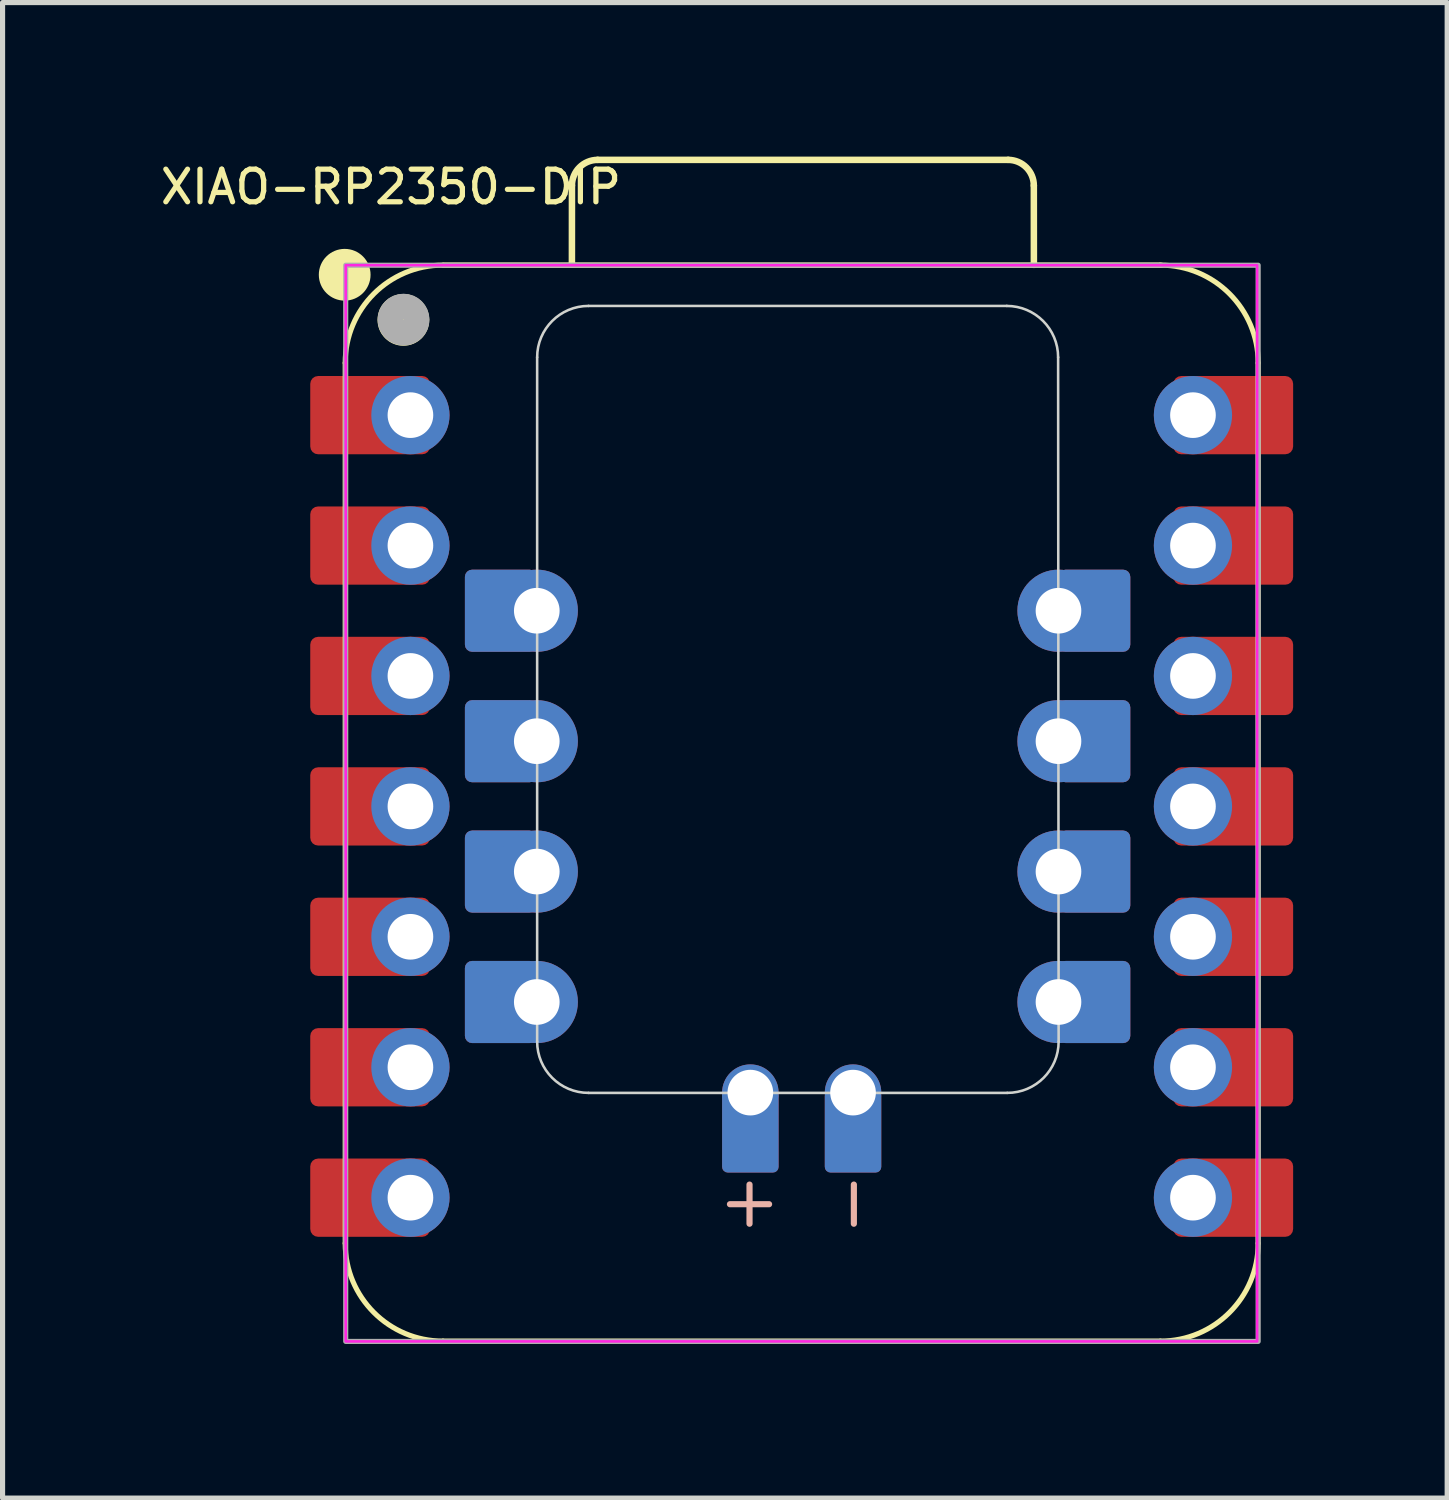
<source format=kicad_pcb>
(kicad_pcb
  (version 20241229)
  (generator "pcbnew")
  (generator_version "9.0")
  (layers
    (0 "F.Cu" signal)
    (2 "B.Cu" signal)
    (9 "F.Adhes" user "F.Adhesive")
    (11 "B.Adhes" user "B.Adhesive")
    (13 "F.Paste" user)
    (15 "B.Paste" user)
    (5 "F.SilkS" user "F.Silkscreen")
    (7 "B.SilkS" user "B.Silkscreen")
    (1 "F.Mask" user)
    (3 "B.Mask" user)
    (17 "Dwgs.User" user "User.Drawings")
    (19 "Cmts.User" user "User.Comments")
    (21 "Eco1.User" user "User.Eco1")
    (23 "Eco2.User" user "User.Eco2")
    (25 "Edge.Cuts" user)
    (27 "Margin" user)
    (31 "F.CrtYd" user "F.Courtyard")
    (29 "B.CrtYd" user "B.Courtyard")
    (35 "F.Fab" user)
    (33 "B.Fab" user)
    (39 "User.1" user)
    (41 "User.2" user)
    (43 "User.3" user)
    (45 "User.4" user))
  (footprint "XIAO-RP2350-DIP"
    (layer "F.Cu")
    (at 12.564 12.591)
    (property "Reference" "XIAO-RP2350-DIP" (at -8 -12 0) (unlocked yes) (layer "F.SilkS") (effects (font (size 0.635 0.635) (thickness 0.102))))
    (attr smd)
    (fp_line (start -8.891 8.572) (end -8.891 -8.572) (stroke (width 0.1) (type solid)) (layer "F.SilkS"))
    (fp_line (start -6.986 10.477) (end 6.984 10.477) (stroke (width 0.1) (type solid)) (layer "F.SilkS"))
    (fp_line (start -4.476 -10.486) (end -4.475 -12.028) (stroke (width 0.127) (type solid)) (layer "F.SilkS"))
    (fp_line (start -3.975 -12.528) (end 4.02 -12.528) (stroke (width 0.127) (type solid)) (layer "F.SilkS"))
    (fp_line (start 4.52 -12.028) (end 4.521 -10.483) (stroke (width 0.127) (type solid)) (layer "F.SilkS"))
    (fp_line (start 6.984 -10.477) (end -6.986 -10.477) (stroke (width 0.1) (type solid)) (layer "F.SilkS"))
    (fp_line (start 7.007 -10.475) (end -6.963 -10.475) (stroke (width 0.1) (type solid)) (layer "F.SilkS"))
    (fp_line (start 8.889 8.572) (end 8.889 -8.572) (stroke (width 0.1) (type solid)) (layer "F.SilkS"))
    (fp_arc (start -8.890994 -8.5725) (mid -8.333032 -9.919538) (end -6.985994 -10.4775) (stroke (width 0.1) (type solid)) (layer "F.SilkS"))
    (fp_arc (start -6.985994 10.4775) (mid -8.333032 9.919538) (end -8.890994 8.5725) (stroke (width 0.1) (type solid)) (layer "F.SilkS"))
    (fp_arc (start -4.475278 -12.027784) (mid -4.328701 -12.381119) (end -3.975278 -12.527512) (stroke (width 0.127) (type default)) (layer "F.SilkS"))
    (fp_arc (start 4.019994 -12.527512) (mid 4.373559 -12.38107) (end 4.519994 -12.027512) (stroke (width 0.127) (type default)) (layer "F.SilkS"))
    (fp_arc (start 6.984006 -10.4775) (mid 8.331044 -9.919538) (end 8.889006 -8.5725) (stroke (width 0.1) (type solid)) (layer "F.SilkS"))
    (fp_arc (start 8.889006 8.5725) (mid 8.331044 9.919538) (end 6.984006 10.4775) (stroke (width 0.1) (type solid)) (layer "F.SilkS"))
    (fp_circle (center -8.901 -10.29) (end -8.901 -10.544) (stroke (width 0.5) (type solid)) (fill yes) (layer "F.SilkS"))
    (fp_circle (center -7.758 -9.411) (end -7.758 -9.665) (stroke (width 0.5) (type solid)) (fill yes) (layer "F.SilkS"))
    (fp_line (start -1.017 7.429) (end -1.017 8.191) (stroke (width 0.12) (type default)) (layer "B.SilkS"))
    (fp_line (start -0.636 7.811) (end -1.398 7.811) (stroke (width 0.12) (type default)) (layer "B.SilkS"))
    (fp_line (start 1.015 7.429) (end 1.015 8.191) (stroke (width 0.12) (type default)) (layer "B.SilkS"))
    (fp_line (start -5.153 -8.683) (end -5.153 4.643) (stroke (width 0.05) (type solid)) (layer "Edge.Cuts"))
    (fp_line (start -4.153 5.643) (end 4.003 5.643) (stroke (width 0.05) (type solid)) (layer "Edge.Cuts"))
    (fp_line (start 3.993 -9.683) (end -4.153 -9.683) (stroke (width 0.05) (type solid)) (layer "Edge.Cuts"))
    (fp_line (start 5.003 4.643) (end 4.993 -8.683) (stroke (width 0.05) (type solid)) (layer "Edge.Cuts"))
    (fp_arc (start -5.152893 -8.682893) (mid -4.86 -9.39) (end -4.152893 -9.682893) (stroke (width 0.05) (type default)) (layer "Edge.Cuts"))
    (fp_arc (start -4.152893 5.642893) (mid -4.86 5.35) (end -5.152893 4.642893) (stroke (width 0.05) (type default)) (layer "Edge.Cuts"))
    (fp_arc (start 3.992893 -9.682893) (mid 4.7 -9.39) (end 4.992893 -8.682893) (stroke (width 0.05) (type default)) (layer "Edge.Cuts"))
    (fp_arc (start 5.002893 4.642893) (mid 4.71 5.35) (end 4.002893 5.642893) (stroke (width 0.05) (type default)) (layer "Edge.Cuts"))
    (fp_rect (start -8.881 -10.476) (end 8.869 10.483) (stroke (width 0.05) (type default)) (fill no) (layer "F.CrtYd"))
    (fp_rect (start -8.881 -10.476) (end 8.889 10.483) (stroke (width 0.1) (type default)) (fill no) (layer "F.Fab"))
    (fp_circle (center -7.755 -9.416) (end -7.755 -9.671) (stroke (width 0.5) (type solid)) (fill no) (layer "F.Fab"))
    (pad "1" smd roundrect (at -8.406 -7.556 180) (size 2.332 1.524) (layers "F.Cu" "F.Mask") (roundrect_rratio 0.1))
    (pad "1" thru_hole circle (at -7.621 -7.556 180) (size 1.524 1.524) (drill 0.889) (layers "*.Cu" "*.Mask"))
    (pad "2" smd roundrect (at -8.406 -5.016 180) (size 2.332 1.524) (layers "F.Cu" "F.Mask") (roundrect_rratio 0.1))
    (pad "2" thru_hole circle (at -7.621 -5.016 180) (size 1.524 1.524) (drill 0.889) (layers "*.Cu" "*.Mask"))
    (pad "3" smd roundrect (at -8.406 -2.477 180) (size 2.332 1.524) (layers "F.Cu" "F.Mask") (roundrect_rratio 0.1))
    (pad "3" thru_hole circle (at -7.621 -2.477 180) (size 1.524 1.524) (drill 0.889) (layers "*.Cu" "*.Mask"))
    (pad "4" smd roundrect (at -8.406 0.064 180) (size 2.332 1.524) (layers "F.Cu" "F.Mask") (roundrect_rratio 0.1))
    (pad "4" thru_hole circle (at -7.621 0.064 180) (size 1.524 1.524) (drill 0.889) (layers "*.Cu" "*.Mask"))
    (pad "5" smd roundrect (at -8.406 2.603 180) (size 2.332 1.524) (layers "F.Cu" "F.Mask") (roundrect_rratio 0.1))
    (pad "5" thru_hole circle (at -7.621 2.603 180) (size 1.524 1.524) (drill 0.889) (layers "*.Cu" "*.Mask"))
    (pad "6" smd roundrect (at -8.406 5.144 180) (size 2.332 1.524) (layers "F.Cu" "F.Mask") (roundrect_rratio 0.1))
    (pad "6" thru_hole circle (at -7.621 5.144 180) (size 1.524 1.524) (drill 0.889) (layers "*.Cu" "*.Mask"))
    (pad "7" smd roundrect (at -8.406 7.684 180) (size 2.332 1.524) (layers "F.Cu" "F.Mask") (roundrect_rratio 0.1))
    (pad "7" thru_hole circle (at -7.621 7.684 180) (size 1.524 1.524) (drill 0.889) (layers "*.Cu" "*.Mask"))
    (pad "8" thru_hole circle (at 7.619 7.684) (size 1.524 1.524) (drill 0.889) (layers "*.Cu" "*.Mask"))
    (pad "8" smd roundrect (at 8.404 7.684) (size 2.332 1.524) (layers "F.Cu" "F.Mask") (roundrect_rratio 0.1))
    (pad "9" thru_hole circle (at 7.619 5.144) (size 1.524 1.524) (drill 0.889) (layers "*.Cu" "*.Mask"))
    (pad "9" smd roundrect (at 8.404 5.144) (size 2.332 1.524) (layers "F.Cu" "F.Mask") (roundrect_rratio 0.1))
    (pad "10" thru_hole circle (at 7.619 2.603) (size 1.524 1.524) (drill 0.889) (layers "*.Cu" "*.Mask"))
    (pad "10" smd roundrect (at 8.404 2.603) (size 2.332 1.524) (layers "F.Cu" "F.Mask") (roundrect_rratio 0.1))
    (pad "11" thru_hole circle (at 7.619 0.064) (size 1.524 1.524) (drill 0.889) (layers "*.Cu" "*.Mask"))
    (pad "11" smd roundrect (at 8.404 0.064) (size 2.332 1.524) (layers "F.Cu" "F.Mask") (roundrect_rratio 0.1))
    (pad "12" thru_hole circle (at 7.619 -2.477) (size 1.524 1.524) (drill 0.889) (layers "*.Cu" "*.Mask"))
    (pad "12" smd roundrect (at 8.404 -2.477) (size 2.332 1.524) (layers "F.Cu" "F.Mask") (roundrect_rratio 0.1))
    (pad "13" thru_hole circle (at 7.619 -5.016) (size 1.524 1.524) (drill 0.889) (layers "*.Cu" "*.Mask"))
    (pad "13" smd roundrect (at 8.404 -5.016) (size 2.332 1.524) (layers "F.Cu" "F.Mask") (roundrect_rratio 0.1))
    (pad "14" thru_hole circle (at 7.619 -7.556) (size 1.524 1.524) (drill 0.889) (layers "*.Cu" "*.Mask"))
    (pad "14" smd roundrect (at 8.404 -7.556) (size 2.332 1.524) (layers "F.Cu" "F.Mask") (roundrect_rratio 0.1))
    (pad "15" thru_hole circle (at 5 -3.747 180) (size 1.6 1.6) (drill 0.889) (layers "*.Cu" "*.Mask"))
    (pad "15" smd roundrect (at 5.699 -3.747) (size 1.4 1.6) (layers "F.Cu" "F.Mask") (roundrect_rratio 0.1))
    (pad "15" smd roundrect (at 5.699 -3.747 180) (size 1.4 1.6) (layers "B.Cu" "B.Mask" "B.Paste") (roundrect_rratio 0.1))
    (pad "16" thru_hole circle (at 5 -1.206 180) (size 1.6 1.6) (drill 0.889) (layers "*.Cu" "*.Mask"))
    (pad "16" smd roundrect (at 5.699 -1.206) (size 1.4 1.6) (layers "F.Cu" "F.Mask") (roundrect_rratio 0.1))
    (pad "16" smd roundrect (at 5.699 -1.206 180) (size 1.4 1.6) (layers "B.Cu" "B.Mask" "B.Paste") (roundrect_rratio 0.1))
    (pad "17" thru_hole circle (at 5 1.333 180) (size 1.6 1.6) (drill 0.889) (layers "*.Cu" "*.Mask"))
    (pad "17" smd roundrect (at 5.699 1.333) (size 1.4 1.6) (layers "F.Cu" "F.Mask") (roundrect_rratio 0.1))
    (pad "17" smd roundrect (at 5.699 1.333 180) (size 1.4 1.6) (layers "B.Cu" "B.Mask" "B.Paste") (roundrect_rratio 0.1))
    (pad "18" thru_hole circle (at 5 3.873 180) (size 1.6 1.6) (drill 0.889) (layers "*.Cu" "*.Mask"))
    (pad "18" smd roundrect (at 5.699 3.873) (size 1.4 1.6) (layers "F.Cu" "F.Mask") (roundrect_rratio 0.1))
    (pad "18" smd roundrect (at 5.699 3.873 180) (size 1.4 1.6) (layers "B.Cu" "B.Mask" "B.Paste") (roundrect_rratio 0.1))
    (pad "19" smd roundrect (at -5.86 3.873) (size 1.4 1.6) (layers "F.Cu" "F.Mask") (roundrect_rratio 0.1))
    (pad "19" smd roundrect (at -5.86 3.873 180) (size 1.4 1.6) (layers "B.Cu" "B.Mask" "B.Paste") (roundrect_rratio 0.1))
    (pad "19" thru_hole circle (at -5.16 3.873 180) (size 1.6 1.6) (drill 0.889) (layers "*.Cu" "*.Mask"))
    (pad "20" smd roundrect (at -5.86 1.333) (size 1.4 1.6) (layers "F.Cu" "F.Mask") (roundrect_rratio 0.1))
    (pad "20" smd roundrect (at -5.86 1.333 180) (size 1.4 1.6) (layers "B.Cu" "B.Mask" "B.Paste") (roundrect_rratio 0.1))
    (pad "20" thru_hole circle (at -5.16 1.333 180) (size 1.6 1.6) (drill 0.889) (layers "*.Cu" "*.Mask"))
    (pad "21" smd roundrect (at -5.86 -1.206) (size 1.4 1.6) (layers "F.Cu" "F.Mask") (roundrect_rratio 0.1))
    (pad "21" smd roundrect (at -5.86 -1.206 180) (size 1.4 1.6) (layers "B.Cu" "B.Mask" "B.Paste") (roundrect_rratio 0.1))
    (pad "21" thru_hole circle (at -5.16 -1.206 180) (size 1.6 1.6) (drill 0.889) (layers "*.Cu" "*.Mask"))
    (pad "22" smd roundrect (at -5.86 -3.747) (size 1.4 1.6) (layers "F.Cu" "F.Mask") (roundrect_rratio 0.1))
    (pad "22" smd roundrect (at -5.86 -3.747 180) (size 1.4 1.6) (layers "B.Cu" "B.Mask" "B.Paste") (roundrect_rratio 0.1))
    (pad "22" thru_hole circle (at -5.16 -3.747 180) (size 1.6 1.6) (drill 0.889) (layers "*.Cu" "*.Mask"))
    (pad "23" thru_hole circle (at -1.001 5.638 180) (size 1.1 1.1) (drill 0.889) (layers "*.Cu" "*.Mask"))
    (pad "23" smd roundrect (at -1.001 6.394 270) (size 1.6 1.1) (layers "F.Cu" "F.Mask") (roundrect_rratio 0.1))
    (pad "23" smd roundrect (at -1.001 6.394 270) (size 1.6 1.1) (layers "B.Cu" "B.Mask" "B.Paste") (roundrect_rratio 0.1))
    (pad "24" thru_hole circle (at 0.999 5.638 180) (size 1.1 1.1) (drill 0.889) (layers "*.Cu" "*.Mask"))
    (pad "24" smd roundrect (at 0.999 6.394 270) (size 1.6 1.1) (layers "F.Cu" "F.Mask") (roundrect_rratio 0.1))
    (pad "24" smd roundrect (at 0.999 6.394 270) (size 1.6 1.1) (layers "B.Cu" "B.Mask" "B.Paste") (roundrect_rratio 0.1)))
  (gr_rect
    (start -3 -3)
    (end 25.134 26.125)
    (stroke (width 0.1) (type default))
    (fill no)
    (layer "Edge.Cuts")))
</source>
